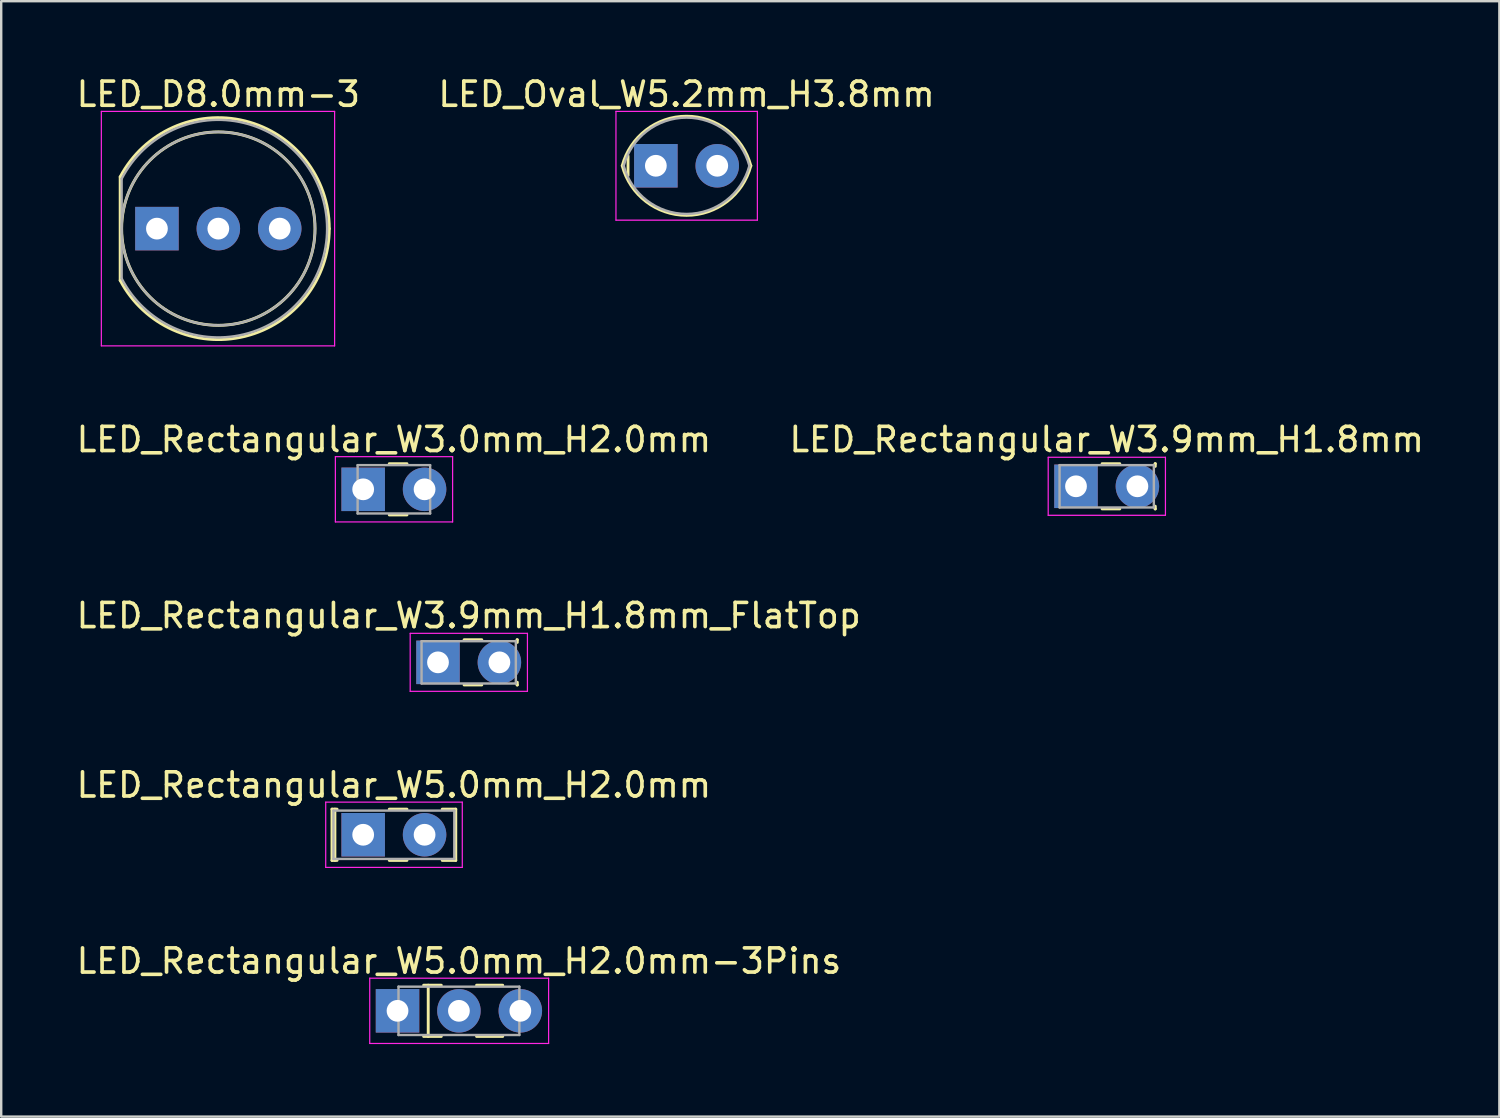
<source format=kicad_pcb>
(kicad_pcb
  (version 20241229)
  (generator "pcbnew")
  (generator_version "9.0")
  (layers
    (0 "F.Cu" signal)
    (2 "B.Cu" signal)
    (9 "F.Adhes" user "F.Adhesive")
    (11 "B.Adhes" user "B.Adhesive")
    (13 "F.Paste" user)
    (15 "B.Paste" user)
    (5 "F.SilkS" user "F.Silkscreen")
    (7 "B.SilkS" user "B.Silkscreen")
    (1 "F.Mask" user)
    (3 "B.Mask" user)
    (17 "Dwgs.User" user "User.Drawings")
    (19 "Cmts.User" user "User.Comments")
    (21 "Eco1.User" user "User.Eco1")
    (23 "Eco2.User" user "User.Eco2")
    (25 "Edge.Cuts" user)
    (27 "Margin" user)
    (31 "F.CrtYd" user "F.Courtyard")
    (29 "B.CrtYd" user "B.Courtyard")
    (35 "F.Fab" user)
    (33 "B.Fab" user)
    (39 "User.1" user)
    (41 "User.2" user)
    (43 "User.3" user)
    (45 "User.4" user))
  (footprint "LED_D8.0mm-3"
    (layer "F.Cu")
    (at 3.442 6.408)
    (property "Reference" "LED_D8.0mm-3" (at 2.54 -5.56 0) (layer "F.SilkS") (effects (font (size 1 1) (thickness 0.15))))
    (attr through_hole)
    (fp_line (start -1.52 -2.142) (end -1.52 2.142) (stroke (width 0.12) (type solid)) (layer "F.SilkS"))
    (fp_arc (start -1.52 -2.141145) (mid 3.643119 -4.455472) (end 7.13 0.000486) (stroke (width 0.12) (type solid)) (layer "F.SilkS"))
    (fp_arc (start 7.13 -0.000486) (mid 3.643119 4.455472) (end -1.52 2.141145) (stroke (width 0.12) (type solid)) (layer "F.SilkS"))
    (fp_circle (center 2.54 0) (end 6.54 0) (stroke (width 0.12) (type solid)) (fill no) (layer "F.SilkS"))
    (fp_line (start -2.3 -4.85) (end -2.3 4.85) (stroke (width 0.05) (type solid)) (layer "F.CrtYd"))
    (fp_line (start -2.3 4.85) (end 7.35 4.85) (stroke (width 0.05) (type solid)) (layer "F.CrtYd"))
    (fp_line (start 7.35 -4.85) (end -2.3 -4.85) (stroke (width 0.05) (type solid)) (layer "F.CrtYd"))
    (fp_line (start 7.35 4.85) (end 7.35 -4.85) (stroke (width 0.05) (type solid)) (layer "F.CrtYd"))
    (fp_line (start -1.46 -2.062) (end -1.46 2.062) (stroke (width 0.1) (type solid)) (layer "F.Fab"))
    (fp_arc (start -1.46 -2.061553) (mid 7.04 0.00126) (end -1.461154 2.059312) (stroke (width 0.1) (type solid)) (layer "F.Fab"))
    (fp_circle (center 2.54 0) (end 6.54 0) (stroke (width 0.1) (type solid)) (fill no) (layer "F.Fab"))
    (pad "1" thru_hole rect (at 0 0) (size 1.8 1.8) (drill 0.9) (layers "*.Cu" "*.Mask"))
    (pad "2" thru_hole circle (at 2.54 0) (size 1.8 1.8) (drill 0.9) (layers "*.Cu" "*.Mask"))
    (pad "3" thru_hole circle (at 5.08 0) (size 1.8 1.8) (drill 0.9) (layers "*.Cu" "*.Mask")))
  (footprint "LED_Rectangular_W5.0mm_H2.0mm-3Pins"
    (layer "F.Cu")
    (at 13.395 38.766)
    (property "Reference" "LED_Rectangular_W5.0mm_H2.0mm-3Pins" (at 2.54 -2.06 0) (layer "F.SilkS") (effects (font (size 1 1) (thickness 0.15))))
    (attr through_hole)
    (fp_line (start 1.08 -1.06) (end 1.81 -1.06) (stroke (width 0.12) (type solid)) (layer "F.SilkS"))
    (fp_line (start 1.08 1.06) (end 1.81 1.06) (stroke (width 0.12) (type solid)) (layer "F.SilkS"))
    (fp_line (start 1.27 -1.06) (end 1.27 1.06) (stroke (width 0.12) (type solid)) (layer "F.SilkS"))
    (fp_line (start 3.27 -1.06) (end 4.351 -1.06) (stroke (width 0.12) (type solid)) (layer "F.SilkS"))
    (fp_line (start 3.27 1.06) (end 4.351 1.06) (stroke (width 0.12) (type solid)) (layer "F.SilkS"))
    (fp_line (start -1.15 -1.35) (end -1.15 1.35) (stroke (width 0.05) (type solid)) (layer "F.CrtYd"))
    (fp_line (start -1.15 1.35) (end 6.25 1.35) (stroke (width 0.05) (type solid)) (layer "F.CrtYd"))
    (fp_line (start 6.25 -1.35) (end -1.15 -1.35) (stroke (width 0.05) (type solid)) (layer "F.CrtYd"))
    (fp_line (start 6.25 1.35) (end 6.25 -1.35) (stroke (width 0.05) (type solid)) (layer "F.CrtYd"))
    (fp_line (start 0.04 -1) (end 0.04 1) (stroke (width 0.1) (type solid)) (layer "F.Fab"))
    (fp_line (start 0.04 1) (end 5.04 1) (stroke (width 0.1) (type solid)) (layer "F.Fab"))
    (fp_line (start 5.04 -1) (end 0.04 -1) (stroke (width 0.1) (type solid)) (layer "F.Fab"))
    (fp_line (start 5.04 1) (end 5.04 -1) (stroke (width 0.1) (type solid)) (layer "F.Fab"))
    (pad "1" thru_hole rect (at 0 0) (size 1.8 1.8) (drill 0.9) (layers "*.Cu" "*.Mask"))
    (pad "2" thru_hole circle (at 2.54 0) (size 1.8 1.8) (drill 0.9) (layers "*.Cu" "*.Mask"))
    (pad "3" thru_hole circle (at 5.08 0) (size 1.8 1.8) (drill 0.9) (layers "*.Cu" "*.Mask")))
  (footprint "LED_Rectangular_W5.0mm_H2.0mm"
    (layer "F.Cu")
    (at 11.974 31.483)
    (property "Reference" "LED_Rectangular_W5.0mm_H2.0mm" (at 1.27 -2.06 0) (layer "F.SilkS") (effects (font (size 1 1) (thickness 0.15))))
    (attr through_hole)
    (fp_line (start -1.29 -1.06) (end -1.29 1.06) (stroke (width 0.12) (type solid)) (layer "F.SilkS"))
    (fp_line (start -1.29 -1.06) (end -1.08 -1.06) (stroke (width 0.12) (type solid)) (layer "F.SilkS"))
    (fp_line (start -1.29 1.06) (end -1.08 1.06) (stroke (width 0.12) (type solid)) (layer "F.SilkS"))
    (fp_line (start -1.17 -1.06) (end -1.17 1.06) (stroke (width 0.12) (type solid)) (layer "F.SilkS"))
    (fp_line (start 1.08 -1.06) (end 1.811 -1.06) (stroke (width 0.12) (type solid)) (layer "F.SilkS"))
    (fp_line (start 1.08 1.06) (end 1.811 1.06) (stroke (width 0.12) (type solid)) (layer "F.SilkS"))
    (fp_line (start 3.27 -1.06) (end 3.83 -1.06) (stroke (width 0.12) (type solid)) (layer "F.SilkS"))
    (fp_line (start 3.27 1.06) (end 3.83 1.06) (stroke (width 0.12) (type solid)) (layer "F.SilkS"))
    (fp_line (start 3.83 -1.06) (end 3.83 1.06) (stroke (width 0.12) (type solid)) (layer "F.SilkS"))
    (fp_line (start -1.55 -1.35) (end -1.55 1.35) (stroke (width 0.05) (type solid)) (layer "F.CrtYd"))
    (fp_line (start -1.55 1.35) (end 4.1 1.35) (stroke (width 0.05) (type solid)) (layer "F.CrtYd"))
    (fp_line (start 4.1 -1.35) (end -1.55 -1.35) (stroke (width 0.05) (type solid)) (layer "F.CrtYd"))
    (fp_line (start 4.1 1.35) (end 4.1 -1.35) (stroke (width 0.05) (type solid)) (layer "F.CrtYd"))
    (fp_line (start -1.23 -1) (end -1.23 1) (stroke (width 0.1) (type solid)) (layer "F.Fab"))
    (fp_line (start -1.23 1) (end 3.77 1) (stroke (width 0.1) (type solid)) (layer "F.Fab"))
    (fp_line (start 3.77 -1) (end -1.23 -1) (stroke (width 0.1) (type solid)) (layer "F.Fab"))
    (fp_line (start 3.77 1) (end 3.77 -1) (stroke (width 0.1) (type solid)) (layer "F.Fab"))
    (pad "1" thru_hole rect (at 0 0) (size 1.8 1.8) (drill 0.9) (layers "*.Cu" "*.Mask"))
    (pad "2" thru_hole circle (at 2.54 0) (size 1.8 1.8) (drill 0.9) (layers "*.Cu" "*.Mask")))
  (footprint "LED_Oval_W5.2mm_H3.8mm"
    (layer "F.Cu")
    (at 24.081 3.808)
    (property "Reference" "LED_Oval_W5.2mm_H3.8mm" (at 1.27 -2.96 0) (layer "F.SilkS") (effects (font (size 1 1) (thickness 0.15))))
    (attr through_hole)
    (fp_line (start -1.15 -0.405) (end -1.15 0.405) (stroke (width 0.12) (type solid)) (layer "F.SilkS"))
    (fp_arc (start -1.39 0) (mid 1.269691 -2.050564) (end 3.929843 -0.000598) (stroke (width 0.12) (type solid)) (layer "F.SilkS"))
    (fp_arc (start 3.929843 0.000598) (mid 1.269691 2.050564) (end -1.39 0) (stroke (width 0.12) (type solid)) (layer "F.SilkS"))
    (fp_line (start -1.65 -2.25) (end -1.65 2.25) (stroke (width 0.05) (type solid)) (layer "F.CrtYd"))
    (fp_line (start -1.65 2.25) (end 4.2 2.25) (stroke (width 0.05) (type solid)) (layer "F.CrtYd"))
    (fp_line (start 4.2 -2.25) (end -1.65 -2.25) (stroke (width 0.05) (type solid)) (layer "F.CrtYd"))
    (fp_line (start 4.2 2.25) (end 4.2 -2.25) (stroke (width 0.05) (type solid)) (layer "F.CrtYd"))
    (fp_arc (start -1.33 0) (mid 1.270869 -1.992582) (end 3.870451 0.001678) (stroke (width 0.1) (type solid)) (layer "F.Fab"))
    (fp_arc (start 3.870451 -0.001678) (mid 1.270869 1.992582) (end -1.33 0) (stroke (width 0.1) (type solid)) (layer "F.Fab"))
    (pad "1" thru_hole rect (at 0 0) (size 1.8 1.8) (drill 0.9) (layers "*.Cu" "*.Mask"))
    (pad "2" thru_hole circle (at 2.54 0) (size 1.8 1.8) (drill 0.9) (layers "*.Cu" "*.Mask")))
  (footprint "LED_Rectangular_W3.9mm_H1.8mm"
    (layer "F.Cu")
    (at 41.462 17.067)
    (property "Reference" "LED_Rectangular_W3.9mm_H1.8mm" (at 1.27 -1.935 0) (layer "F.SilkS") (effects (font (size 1 1) (thickness 0.15))))
    (attr through_hole)
    (fp_line (start 1.08 -0.935) (end 1.811 -0.935) (stroke (width 0.12) (type solid)) (layer "F.SilkS"))
    (fp_line (start 1.08 0.935) (end 1.811 0.935) (stroke (width 0.12) (type solid)) (layer "F.SilkS"))
    (fp_line (start 3.27 -0.935) (end 3.28 -0.935) (stroke (width 0.12) (type solid)) (layer "F.SilkS"))
    (fp_line (start 3.27 0.935) (end 3.28 0.935) (stroke (width 0.12) (type solid)) (layer "F.SilkS"))
    (fp_line (start 3.28 -0.935) (end 3.28 -0.825) (stroke (width 0.12) (type solid)) (layer "F.SilkS"))
    (fp_line (start 3.28 0.825) (end 3.28 0.935) (stroke (width 0.12) (type solid)) (layer "F.SilkS"))
    (fp_line (start -1.15 -1.2) (end -1.15 1.2) (stroke (width 0.05) (type solid)) (layer "F.CrtYd"))
    (fp_line (start -1.15 1.2) (end 3.7 1.2) (stroke (width 0.05) (type solid)) (layer "F.CrtYd"))
    (fp_line (start 3.7 -1.2) (end -1.15 -1.2) (stroke (width 0.05) (type solid)) (layer "F.CrtYd"))
    (fp_line (start 3.7 1.2) (end 3.7 -1.2) (stroke (width 0.05) (type solid)) (layer "F.CrtYd"))
    (fp_line (start -0.68 -0.875) (end -0.68 0.875) (stroke (width 0.1) (type solid)) (layer "F.Fab"))
    (fp_line (start -0.68 0.875) (end 3.22 0.875) (stroke (width 0.1) (type solid)) (layer "F.Fab"))
    (fp_line (start 3.22 -0.875) (end -0.68 -0.875) (stroke (width 0.1) (type solid)) (layer "F.Fab"))
    (fp_line (start 3.22 0.875) (end 3.22 -0.875) (stroke (width 0.1) (type solid)) (layer "F.Fab"))
    (pad "1" thru_hole rect (at 0 0) (size 1.8 1.8) (drill 0.9) (layers "*.Cu" "*.Mask"))
    (pad "2" thru_hole circle (at 2.54 0) (size 1.8 1.8) (drill 0.9) (layers "*.Cu" "*.Mask")))
  (footprint "LED_Rectangular_W3.0mm_H2.0mm"
    (layer "F.Cu")
    (at 11.974 17.192)
    (property "Reference" "LED_Rectangular_W3.0mm_H2.0mm" (at 1.27 -2.06 0) (layer "F.SilkS") (effects (font (size 1 1) (thickness 0.15))))
    (attr through_hole)
    (fp_line (start 1.08 -1.06) (end 1.811 -1.06) (stroke (width 0.12) (type solid)) (layer "F.SilkS"))
    (fp_line (start 1.08 1.06) (end 1.811 1.06) (stroke (width 0.12) (type solid)) (layer "F.SilkS"))
    (fp_line (start -1.15 -1.35) (end -1.15 1.35) (stroke (width 0.05) (type solid)) (layer "F.CrtYd"))
    (fp_line (start -1.15 1.35) (end 3.7 1.35) (stroke (width 0.05) (type solid)) (layer "F.CrtYd"))
    (fp_line (start 3.7 -1.35) (end -1.15 -1.35) (stroke (width 0.05) (type solid)) (layer "F.CrtYd"))
    (fp_line (start 3.7 1.35) (end 3.7 -1.35) (stroke (width 0.05) (type solid)) (layer "F.CrtYd"))
    (fp_line (start -0.23 -1) (end -0.23 1) (stroke (width 0.1) (type solid)) (layer "F.Fab"))
    (fp_line (start -0.23 1) (end 2.77 1) (stroke (width 0.1) (type solid)) (layer "F.Fab"))
    (fp_line (start 2.77 -1) (end -0.23 -1) (stroke (width 0.1) (type solid)) (layer "F.Fab"))
    (fp_line (start 2.77 1) (end 2.77 -1) (stroke (width 0.1) (type solid)) (layer "F.Fab"))
    (pad "1" thru_hole rect (at 0 0) (size 1.8 1.8) (drill 0.9) (layers "*.Cu" "*.Mask"))
    (pad "2" thru_hole circle (at 2.54 0) (size 1.8 1.8) (drill 0.9) (layers "*.Cu" "*.Mask")))
  (footprint "LED_Rectangular_W3.9mm_H1.8mm_FlatTop"
    (layer "F.Cu")
    (at 15.069 24.35)
    (property "Reference" "LED_Rectangular_W3.9mm_H1.8mm_FlatTop" (at 1.27 -1.935 0) (layer "F.SilkS") (effects (font (size 1 1) (thickness 0.15))))
    (attr through_hole)
    (fp_line (start 1.08 -0.935) (end 1.811 -0.935) (stroke (width 0.12) (type solid)) (layer "F.SilkS"))
    (fp_line (start 1.08 0.935) (end 1.811 0.935) (stroke (width 0.12) (type solid)) (layer "F.SilkS"))
    (fp_line (start 3.27 -0.935) (end 3.28 -0.935) (stroke (width 0.12) (type solid)) (layer "F.SilkS"))
    (fp_line (start 3.27 0.935) (end 3.28 0.935) (stroke (width 0.12) (type solid)) (layer "F.SilkS"))
    (fp_line (start 3.28 -0.935) (end 3.28 -0.825) (stroke (width 0.12) (type solid)) (layer "F.SilkS"))
    (fp_line (start 3.28 0.825) (end 3.28 0.935) (stroke (width 0.12) (type solid)) (layer "F.SilkS"))
    (fp_line (start -1.15 -1.2) (end -1.15 1.2) (stroke (width 0.05) (type solid)) (layer "F.CrtYd"))
    (fp_line (start -1.15 1.2) (end 3.7 1.2) (stroke (width 0.05) (type solid)) (layer "F.CrtYd"))
    (fp_line (start 3.7 -1.2) (end -1.15 -1.2) (stroke (width 0.05) (type solid)) (layer "F.CrtYd"))
    (fp_line (start 3.7 1.2) (end 3.7 -1.2) (stroke (width 0.05) (type solid)) (layer "F.CrtYd"))
    (fp_line (start -0.68 -0.875) (end -0.68 0.875) (stroke (width 0.1) (type solid)) (layer "F.Fab"))
    (fp_line (start -0.68 0.875) (end 3.22 0.875) (stroke (width 0.1) (type solid)) (layer "F.Fab"))
    (fp_line (start 3.22 -0.875) (end -0.68 -0.875) (stroke (width 0.1) (type solid)) (layer "F.Fab"))
    (fp_line (start 3.22 0.875) (end 3.22 -0.875) (stroke (width 0.1) (type solid)) (layer "F.Fab"))
    (pad "1" thru_hole rect (at 0 0) (size 1.8 1.8) (drill 0.9) (layers "*.Cu" "*.Mask"))
    (pad "2" thru_hole circle (at 2.54 0) (size 1.8 1.8) (drill 0.9) (layers "*.Cu" "*.Mask")))
  (gr_rect
    (start -3 -3)
    (end 58.976 43.141)
    (stroke (width 0.1) (type default))
    (fill no)
    (layer "Edge.Cuts")))
</source>
